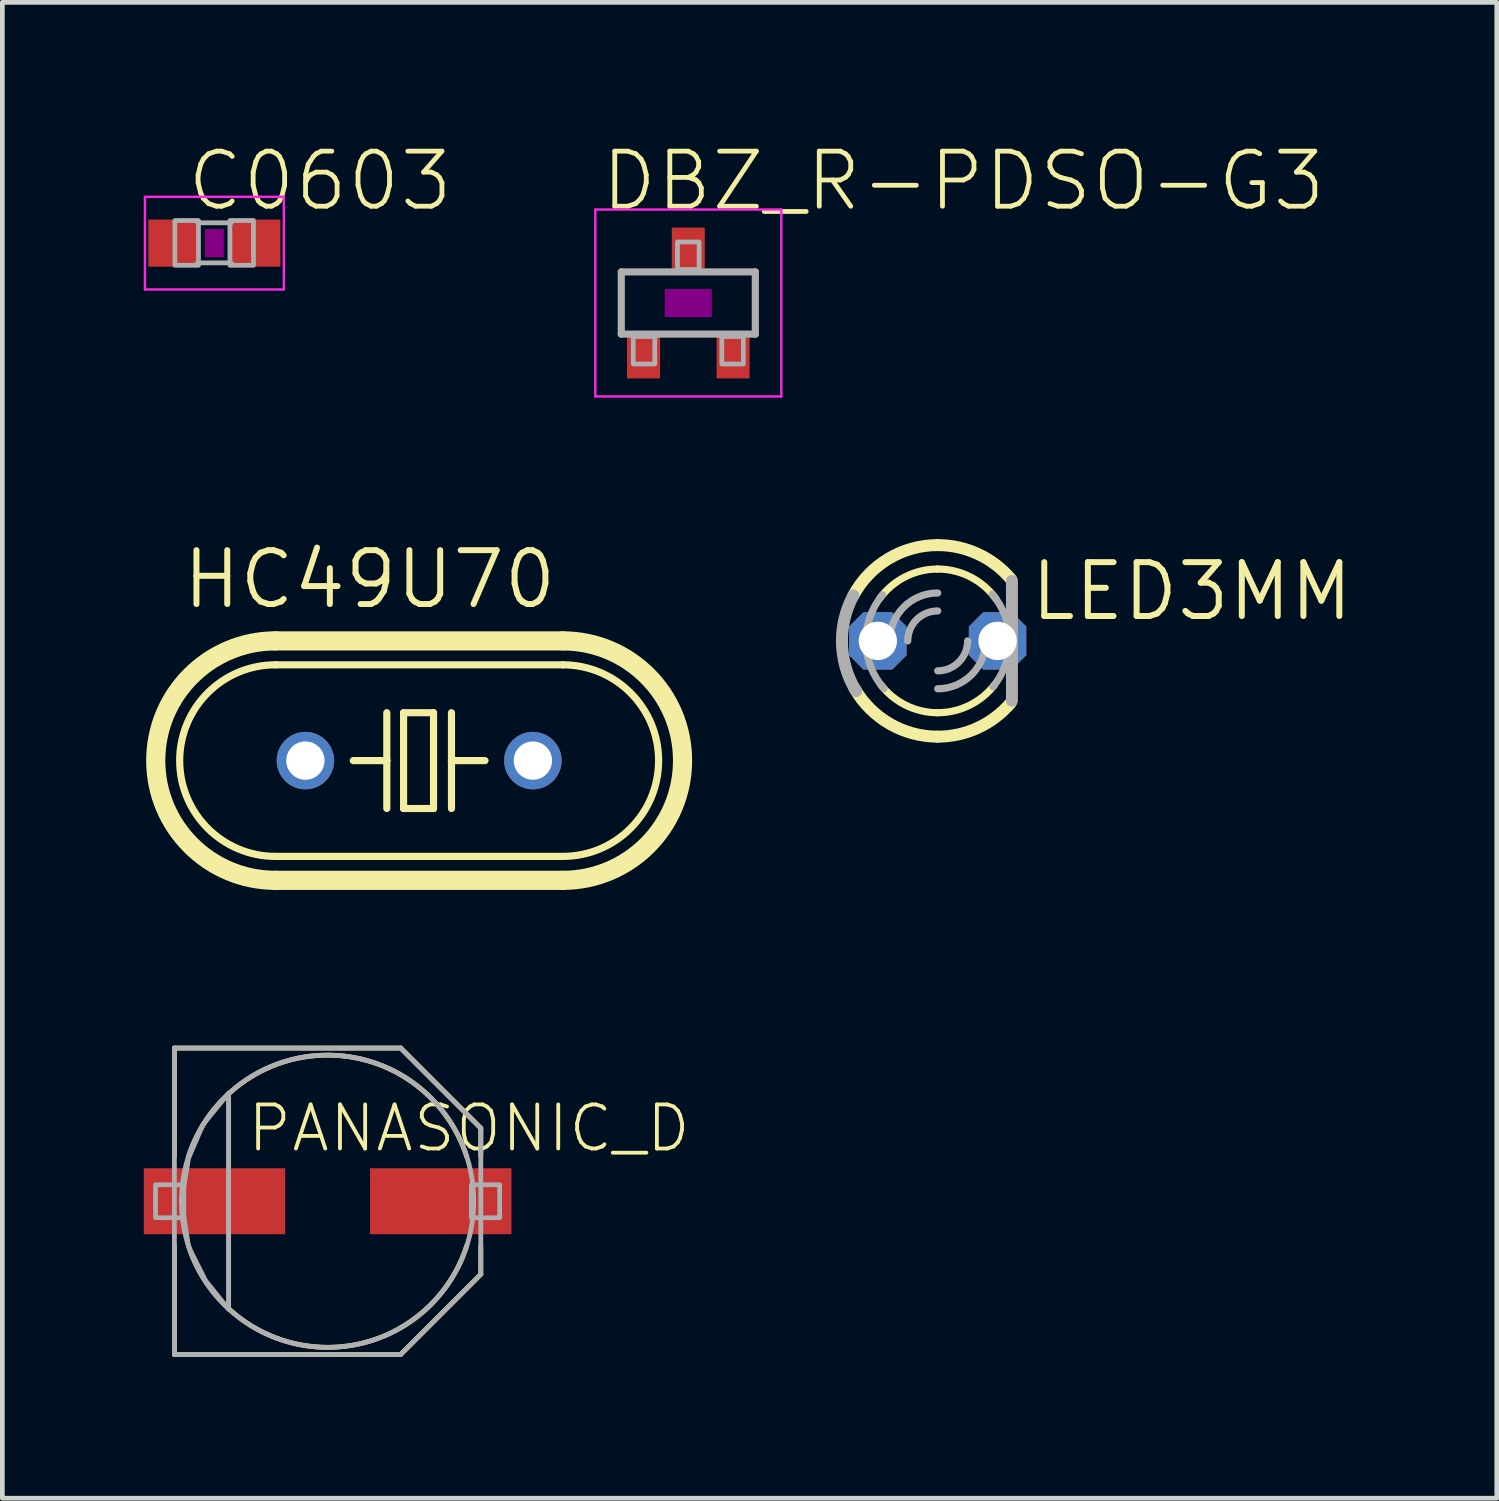
<source format=kicad_pcb>
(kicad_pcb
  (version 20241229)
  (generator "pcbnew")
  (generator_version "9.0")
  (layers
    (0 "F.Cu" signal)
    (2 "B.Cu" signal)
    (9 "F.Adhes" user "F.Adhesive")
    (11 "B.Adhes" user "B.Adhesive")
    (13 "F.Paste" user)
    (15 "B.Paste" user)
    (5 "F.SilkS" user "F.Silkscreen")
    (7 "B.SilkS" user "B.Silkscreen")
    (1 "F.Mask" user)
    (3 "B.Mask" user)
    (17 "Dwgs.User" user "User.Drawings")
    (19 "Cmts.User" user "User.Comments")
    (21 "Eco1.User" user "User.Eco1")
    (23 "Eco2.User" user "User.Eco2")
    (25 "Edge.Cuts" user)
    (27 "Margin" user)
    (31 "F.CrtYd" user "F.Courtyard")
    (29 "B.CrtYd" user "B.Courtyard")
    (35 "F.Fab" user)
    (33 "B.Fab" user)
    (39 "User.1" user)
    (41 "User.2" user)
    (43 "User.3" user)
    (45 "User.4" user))
  (footprint "HC49U70"
    (layer "F.Cu")
    (at 5.842 13.086)
    (property "Reference" "HC49U70" (at -5.08 -3.175 0) (layer "F.SilkS") (effects (font (size 1.143 1.143) (thickness 0.127)) (justify left bottom)))
    (fp_line (start -3.048 -2.54) (end 3.048 -2.54) (stroke (width 0.406) (type solid)) (layer "F.SilkS"))
    (fp_line (start -3.048 2.032) (end 3.048 2.032) (stroke (width 0.152) (type solid)) (layer "F.SilkS"))
    (fp_line (start -3.048 2.54) (end 3.048 2.54) (stroke (width 0.406) (type solid)) (layer "F.SilkS"))
    (fp_line (start -0.686 -1.016) (end -0.686 0) (stroke (width 0.152) (type solid)) (layer "F.SilkS"))
    (fp_line (start -0.686 0) (end -1.397 0) (stroke (width 0.152) (type solid)) (layer "F.SilkS"))
    (fp_line (start -0.686 0) (end -0.686 1.016) (stroke (width 0.152) (type solid)) (layer "F.SilkS"))
    (fp_line (start -0.33 -1.016) (end -0.33 1.016) (stroke (width 0.152) (type solid)) (layer "F.SilkS"))
    (fp_line (start -0.33 1.016) (end 0.305 1.016) (stroke (width 0.152) (type solid)) (layer "F.SilkS"))
    (fp_line (start 0.305 -1.016) (end -0.33 -1.016) (stroke (width 0.152) (type solid)) (layer "F.SilkS"))
    (fp_line (start 0.305 1.016) (end 0.305 -1.016) (stroke (width 0.152) (type solid)) (layer "F.SilkS"))
    (fp_line (start 0.686 -1.016) (end 0.686 0) (stroke (width 0.152) (type solid)) (layer "F.SilkS"))
    (fp_line (start 0.686 0) (end 0.686 1.016) (stroke (width 0.152) (type solid)) (layer "F.SilkS"))
    (fp_line (start 0.686 0) (end 1.397 0) (stroke (width 0.152) (type solid)) (layer "F.SilkS"))
    (fp_line (start 3.048 -2.032) (end -3.048 -2.032) (stroke (width 0.152) (type solid)) (layer "F.SilkS"))
    (fp_arc (start -3.048 2.032) (mid -5.08 0) (end -3.048 -2.032) (stroke (width 0.1524) (type solid)) (layer "F.SilkS"))
    (fp_arc (start -3.048 2.54) (mid -5.588 0) (end -3.048 -2.54) (stroke (width 0.4064) (type solid)) (layer "F.SilkS"))
    (fp_arc (start 3.048 -2.54) (mid 5.588 0) (end 3.048 2.54) (stroke (width 0.4064) (type solid)) (layer "F.SilkS"))
    (fp_arc (start 3.048 -2.032) (mid 5.08 0) (end 3.048 2.032) (stroke (width 0.1524) (type solid)) (layer "F.SilkS"))
    (pad "1" thru_hole circle (at -2.413 0) (size 1.219 1.219) (drill 0.813) (layers "*.Cu" "*.Mask"))
    (pad "2" thru_hole circle (at 2.413 0) (size 1.219 1.219) (drill 0.813) (layers "*.Cu" "*.Mask"))
    (zone (net_name "") (layers "F.Cu" "B.Cu") (hatch edge 0.508) (connect_pads) (min_thickness 0.254) (filled_areas_thickness no) (keepout (tracks allowed) (vias not_allowed) (pads allowed) (copperpour allowed) (footprints allowed)) (placement (enabled no)) (fill) (polygon (pts (xy 0 14.356) (xy 0.254 14.356) (xy 0.254 11.816) (xy 0 11.816))))
    (zone (net_name "") (layers "F.Cu" "B.Cu") (hatch edge 0.508) (connect_pads) (min_thickness 0.254) (filled_areas_thickness no) (keepout (tracks allowed) (vias not_allowed) (pads allowed) (copperpour allowed) (footprints allowed)) (placement (enabled no)) (fill) (polygon (pts (xy 0.254 15.118) (xy 0.762 15.118) (xy 0.762 11.054) (xy 0.254 11.054))))
    (zone (net_name "") (layers "F.Cu" "B.Cu") (hatch edge 0.508) (connect_pads) (min_thickness 0.254) (filled_areas_thickness no) (keepout (tracks allowed) (vias not_allowed) (pads allowed) (copperpour allowed) (footprints allowed)) (placement (enabled no)) (fill) (polygon (pts (xy 0.762 15.626) (xy 1.27 15.626) (xy 1.27 10.546) (xy 0.762 10.546))))
    (zone (net_name "") (layers "F.Cu" "B.Cu") (hatch edge 0.508) (connect_pads) (min_thickness 0.254) (filled_areas_thickness no) (keepout (tracks allowed) (vias not_allowed) (pads allowed) (copperpour allowed) (footprints allowed)) (placement (enabled no)) (fill) (polygon (pts (xy 1.27 15.88) (xy 1.778 15.88) (xy 1.778 10.292) (xy 1.27 10.292))))
    (zone (net_name "") (layers "F.Cu" "B.Cu") (hatch edge 0.508) (connect_pads) (min_thickness 0.254) (filled_areas_thickness no) (keepout (tracks allowed) (vias not_allowed) (pads allowed) (copperpour allowed) (footprints allowed)) (placement (enabled no)) (fill) (polygon (pts (xy 1.778 16.134) (xy 9.906 16.134) (xy 9.906 10.038) (xy 1.778 10.038))))
    (zone (net_name "") (layers "F.Cu" "B.Cu") (hatch edge 0.508) (connect_pads) (min_thickness 0.254) (filled_areas_thickness no) (keepout (tracks allowed) (vias not_allowed) (pads allowed) (copperpour allowed) (footprints allowed)) (placement (enabled no)) (fill) (polygon (pts (xy 9.906 15.88) (xy 10.414 15.88) (xy 10.414 10.292) (xy 9.906 10.292))))
    (zone (net_name "") (layers "F.Cu" "B.Cu") (hatch edge 0.508) (connect_pads) (min_thickness 0.254) (filled_areas_thickness no) (keepout (tracks allowed) (vias not_allowed) (pads allowed) (copperpour allowed) (footprints allowed)) (placement (enabled no)) (fill) (polygon (pts (xy 10.414 15.626) (xy 10.922 15.626) (xy 10.922 10.546) (xy 10.414 10.546))))
    (zone (net_name "") (layers "F.Cu" "B.Cu") (hatch edge 0.508) (connect_pads) (min_thickness 0.254) (filled_areas_thickness no) (keepout (tracks allowed) (vias not_allowed) (pads allowed) (copperpour allowed) (footprints allowed)) (placement (enabled no)) (fill) (polygon (pts (xy 10.922 15.118) (xy 11.43 15.118) (xy 11.43 11.054) (xy 10.922 11.054))))
    (zone (net_name "") (layers "F.Cu" "B.Cu") (hatch edge 0.508) (connect_pads) (min_thickness 0.254) (filled_areas_thickness no) (keepout (tracks allowed) (vias not_allowed) (pads allowed) (copperpour allowed) (footprints allowed)) (placement (enabled no)) (fill) (polygon (pts (xy 11.43 14.356) (xy 11.684 14.356) (xy 11.684 11.816) (xy 11.43 11.816)))))
  (footprint "DBZ_R-PDSO-G3"
    (layer "F.Cu")
    (at 11.552 3.378)
    (property "Reference" "DBZ_R-PDSO-G3" (at -1.905 -1.905 0) (layer "F.SilkS") (effects (font (size 1.168 1.168) (thickness 0.102)) (justify left bottom)))
    (fp_poly (pts (xy -0.5 0.3) (xy 0.5 0.3) (xy 0.5 -0.3) (xy -0.5 -0.3)) (stroke (width 0) (type solid)) (fill yes) (layer "F.Adhes"))
    (fp_line (start -1.973 -1.983) (end 1.973 -1.983) (stroke (width 0.051) (type solid)) (layer "F.CrtYd"))
    (fp_line (start -1.973 1.983) (end -1.973 -1.983) (stroke (width 0.051) (type solid)) (layer "F.CrtYd"))
    (fp_line (start 1.973 -1.983) (end 1.973 1.983) (stroke (width 0.051) (type solid)) (layer "F.CrtYd"))
    (fp_line (start 1.973 1.983) (end -1.973 1.983) (stroke (width 0.051) (type solid)) (layer "F.CrtYd"))
    (fp_line (start -1.422 -0.66) (end 1.422 -0.66) (stroke (width 0.152) (type solid)) (layer "F.Fab"))
    (fp_line (start -1.422 0.66) (end -1.422 -0.66) (stroke (width 0.152) (type solid)) (layer "F.Fab"))
    (fp_line (start 1.422 -0.66) (end 1.422 0.66) (stroke (width 0.152) (type solid)) (layer "F.Fab"))
    (fp_line (start 1.422 0.66) (end -1.422 0.66) (stroke (width 0.152) (type solid)) (layer "F.Fab"))
    (fp_poly (pts (xy -1.168 1.295) (xy -0.711 1.295) (xy -0.711 0.711) (xy -1.168 0.711)) (stroke (width 0.1) (type solid)) (fill no) (layer "F.Fab"))
    (fp_poly (pts (xy -0.229 -0.711) (xy 0.229 -0.711) (xy 0.229 -1.295) (xy -0.229 -1.295)) (stroke (width 0.1) (type solid)) (fill no) (layer "F.Fab"))
    (fp_poly (pts (xy 0.711 1.295) (xy 1.168 1.295) (xy 1.168 0.711) (xy 0.711 0.711)) (stroke (width 0.1) (type solid)) (fill no) (layer "F.Fab"))
    (pad "1" smd rect (at -0.95 1.1) (size 0.7 1) (layers "F.Cu" "F.Mask" "F.Paste"))
    (pad "2" smd rect (at 0.95 1.1) (size 0.7 1) (layers "F.Cu" "F.Mask" "F.Paste"))
    (pad "3" smd rect (at 0 -1.1) (size 0.7 1) (layers "F.Cu" "F.Mask" "F.Paste")))
  (footprint "LED3MM"
    (layer "F.Cu")
    (at 16.843 10.546)
    (property "Reference" "LED3MM" (at 1.905 -0.381 0) (layer "F.SilkS") (effects (font (size 1.143 1.143) (thickness 0.127)) (justify left bottom)))
    (fp_arc (start -1.7929 -0.9562) (mid -1.045438 -1.7424) (end 0 -2.032) (stroke (width 0.254) (type solid)) (layer "F.SilkS"))
    (fp_arc (start -1.2192 -0.9144) (mid -0.681554 -1.363107) (end 0 -1.524) (stroke (width 0.1524) (type solid)) (layer "F.SilkS"))
    (fp_arc (start 0 -2.032) (mid 0.861864 -1.840173) (end 1.561 -1.3009) (stroke (width 0.254) (type solid)) (layer "F.SilkS"))
    (fp_arc (start 0 -1.524) (mid 0.697339 -1.355082) (end 1.2401 -0.885801) (stroke (width 0.1524) (type solid)) (layer "F.SilkS"))
    (fp_arc (start 0 1.524) (mid -0.669593 1.369018) (end -1.203 0.9356) (stroke (width 0.1524) (type solid)) (layer "F.SilkS"))
    (fp_arc (start 0 2.032) (mid -1.019924 1.757525) (end -1.7643 1.0082) (stroke (width 0.254) (type solid)) (layer "F.SilkS"))
    (fp_arc (start 1.203 0.9356) (mid 0.669593 1.369018) (end 0 1.524) (stroke (width 0.1524) (type solid)) (layer "F.SilkS"))
    (fp_arc (start 1.5512 1.3126) (mid 0.854953 1.843405) (end 0 2.032) (stroke (width 0.254) (type solid)) (layer "F.SilkS"))
    (fp_line (start 1.575 1.27) (end 1.575 -1.27) (stroke (width 0.254) (type solid)) (layer "F.Fab"))
    (fp_arc (start -2.032 0) (mid -1.970339 -0.496775) (end -1.7891 -0.9634) (stroke (width 0.254) (type solid)) (layer "F.Fab"))
    (fp_arc (start -1.7306 1.065) (mid -1.95521 0.553417) (end -2.032 0) (stroke (width 0.254) (type solid)) (layer "F.Fab"))
    (fp_arc (start -1.524 0) (mid -1.432981 -0.518783) (end -1.1708 -0.9756) (stroke (width 0.1524) (type solid)) (layer "F.Fab"))
    (fp_arc (start -1.1391 1.0125) (mid -1.42454 0.5416) (end -1.524 0) (stroke (width 0.1524) (type solid)) (layer "F.Fab"))
    (fp_arc (start -1.016 0) (mid -0.71842 -0.71842) (end 0 -1.016) (stroke (width 0.1524) (type solid)) (layer "F.Fab"))
    (fp_arc (start -0.635 0) (mid -0.449013 -0.449013) (end 0 -0.635) (stroke (width 0.1524) (type solid)) (layer "F.Fab"))
    (fp_arc (start 0.635 0) (mid 0.449013 0.449013) (end 0 0.635) (stroke (width 0.1524) (type solid)) (layer "F.Fab"))
    (fp_arc (start 1.016 0) (mid 0.71842 0.71842) (end 0 1.016) (stroke (width 0.1524) (type solid)) (layer "F.Fab"))
    (fp_arc (start 1.1571 -0.9918) (mid 1.429332 -0.528744) (end 1.524 0) (stroke (width 0.1524) (type solid)) (layer "F.Fab"))
    (fp_arc (start 1.524 0) (mid 1.432981 0.518783) (end 1.1708 0.9756) (stroke (width 0.1524) (type solid)) (layer "F.Fab"))
    (pad "A" thru_hole roundrect (at -1.27 0) (size 1.219 1.219) (drill 0.813) (layers "*.Cu" "*.Mask") (roundrect_rratio 0.25) (chamfer_ratio 0.25) (chamfer top_left top_right bottom_left bottom_right))
    (pad "K" thru_hole roundrect (at 1.27 0) (size 1.219 1.219) (drill 0.813) (layers "*.Cu" "*.Mask") (roundrect_rratio 0.25) (chamfer_ratio 0.25) (chamfer top_left top_right bottom_left bottom_right)))
  (footprint "C0603"
    (layer "F.Cu")
    (at 1.498 2.108)
    (property "Reference" "C0603" (at -0.635 -0.635 0) (layer "F.SilkS") (effects (font (size 1.168 1.168) (thickness 0.102)) (justify left bottom)))
    (fp_poly (pts (xy -0.2 0.3) (xy 0.2 0.3) (xy 0.2 -0.3) (xy -0.2 -0.3)) (stroke (width 0) (type solid)) (fill yes) (layer "F.Adhes"))
    (fp_line (start -1.473 -0.983) (end 1.473 -0.983) (stroke (width 0.051) (type solid)) (layer "F.CrtYd"))
    (fp_line (start -1.473 0.983) (end -1.473 -0.983) (stroke (width 0.051) (type solid)) (layer "F.CrtYd"))
    (fp_line (start 1.473 -0.983) (end 1.473 0.983) (stroke (width 0.051) (type solid)) (layer "F.CrtYd"))
    (fp_line (start 1.473 0.983) (end -1.473 0.983) (stroke (width 0.051) (type solid)) (layer "F.CrtYd"))
    (fp_line (start -0.356 -0.432) (end 0.356 -0.432) (stroke (width 0.102) (type solid)) (layer "F.Fab"))
    (fp_line (start -0.356 0.419) (end 0.356 0.419) (stroke (width 0.102) (type solid)) (layer "F.Fab"))
    (fp_poly (pts (xy -0.838 0.47) (xy -0.338 0.47) (xy -0.338 -0.48) (xy -0.838 -0.48)) (stroke (width 0.1) (type solid)) (fill no) (layer "F.Fab"))
    (fp_poly (pts (xy 0.33 0.47) (xy 0.83 0.47) (xy 0.83 -0.48) (xy 0.33 -0.48)) (stroke (width 0.1) (type solid)) (fill no) (layer "F.Fab"))
    (pad "1" smd rect (at -0.85 0) (size 1.1 1) (layers "F.Cu" "F.Mask" "F.Paste"))
    (pad "2" smd rect (at 0.85 0) (size 1.1 1) (layers "F.Cu" "F.Mask" "F.Paste")))
  (footprint "PANASONIC_D"
    (layer "F.Cu")
    (at 3.9 22.434)
    (property "Reference" "PANASONIC_D" (at -1.75 -1 0) (layer "F.SilkS") (effects (font (size 0.935 0.935) (thickness 0.081)) (justify left bottom)))
    (fp_line (start -3.25 -3.25) (end 1.55 -3.25) (stroke (width 0.102) (type solid)) (layer "F.SilkS"))
    (fp_line (start -3.25 -0.95) (end -3.25 -3.25) (stroke (width 0.102) (type solid)) (layer "F.SilkS"))
    (fp_line (start -3.25 3.25) (end -3.25 0.95) (stroke (width 0.102) (type solid)) (layer "F.SilkS"))
    (fp_line (start 1.55 -3.25) (end 3.25 -1.55) (stroke (width 0.102) (type solid)) (layer "F.SilkS"))
    (fp_line (start 1.55 3.25) (end -3.25 3.25) (stroke (width 0.102) (type solid)) (layer "F.SilkS"))
    (fp_line (start 3.25 -1.55) (end 3.25 -0.95) (stroke (width 0.102) (type solid)) (layer "F.SilkS"))
    (fp_line (start 3.25 0.95) (end 3.25 1.55) (stroke (width 0.102) (type solid)) (layer "F.SilkS"))
    (fp_line (start 3.25 1.55) (end 1.55 3.25) (stroke (width 0.102) (type solid)) (layer "F.SilkS"))
    (fp_arc (start -2.95 -0.95) (mid 0 -3.099193) (end 2.95 -0.95) (stroke (width 0.1016) (type solid)) (layer "F.SilkS"))
    (fp_arc (start 2.95 0.95) (mid 0 3.099193) (end -2.95 0.95) (stroke (width 0.1016) (type solid)) (layer "F.SilkS"))
    (fp_line (start -3.25 -3.25) (end 1.55 -3.25) (stroke (width 0.102) (type solid)) (layer "F.Fab"))
    (fp_line (start -3.25 3.25) (end -3.25 -3.25) (stroke (width 0.102) (type solid)) (layer "F.Fab"))
    (fp_line (start -2.1 -2.25) (end -2.1 2.2) (stroke (width 0.102) (type solid)) (layer "F.Fab"))
    (fp_line (start 1.55 -3.25) (end 3.25 -1.55) (stroke (width 0.102) (type solid)) (layer "F.Fab"))
    (fp_line (start 1.55 3.25) (end -3.25 3.25) (stroke (width 0.102) (type solid)) (layer "F.Fab"))
    (fp_line (start 3.25 -1.55) (end 3.25 1.55) (stroke (width 0.102) (type solid)) (layer "F.Fab"))
    (fp_line (start 3.25 1.55) (end 1.55 3.25) (stroke (width 0.102) (type solid)) (layer "F.Fab"))
    (fp_circle (center 0 0) (end 3.1 0) (stroke (width 0.102) (type solid)) (fill no) (layer "F.Fab"))
    (fp_poly (pts (xy -3.65 0.35) (xy -3.05 0.35) (xy -3.05 -0.35) (xy -3.65 -0.35)) (stroke (width 0.1) (type solid)) (fill no) (layer "F.Fab"))
    (fp_poly (pts (xy 3.05 0.35) (xy 3.65 0.35) (xy 3.65 -0.35) (xy 3.05 -0.35)) (stroke (width 0.1) (type solid)) (fill no) (layer "F.Fab"))
    (fp_poly (pts (xy -2.099 2.295) (xy -2.593 1.678) (xy -2.949 0.966) (xy -3.101 -0.00022) (xy -2.949 -0.914) (xy -2.644 -1.627) (xy -2.099 -2.292)) (stroke (width 0.1) (type solid)) (fill no) (layer "F.Fab"))
    (pad "+" smd rect (at 2.4 0) (size 3 1.4) (layers "F.Cu" "F.Mask" "F.Paste"))
    (pad "-" smd rect (at -2.4 0) (size 3 1.4) (layers "F.Cu" "F.Mask" "F.Paste")))
  (gr_rect
    (start -3 -3)
    (end 28.704 28.735)
    (stroke (width 0.1) (type default))
    (fill no)
    (layer "Edge.Cuts")))
</source>
